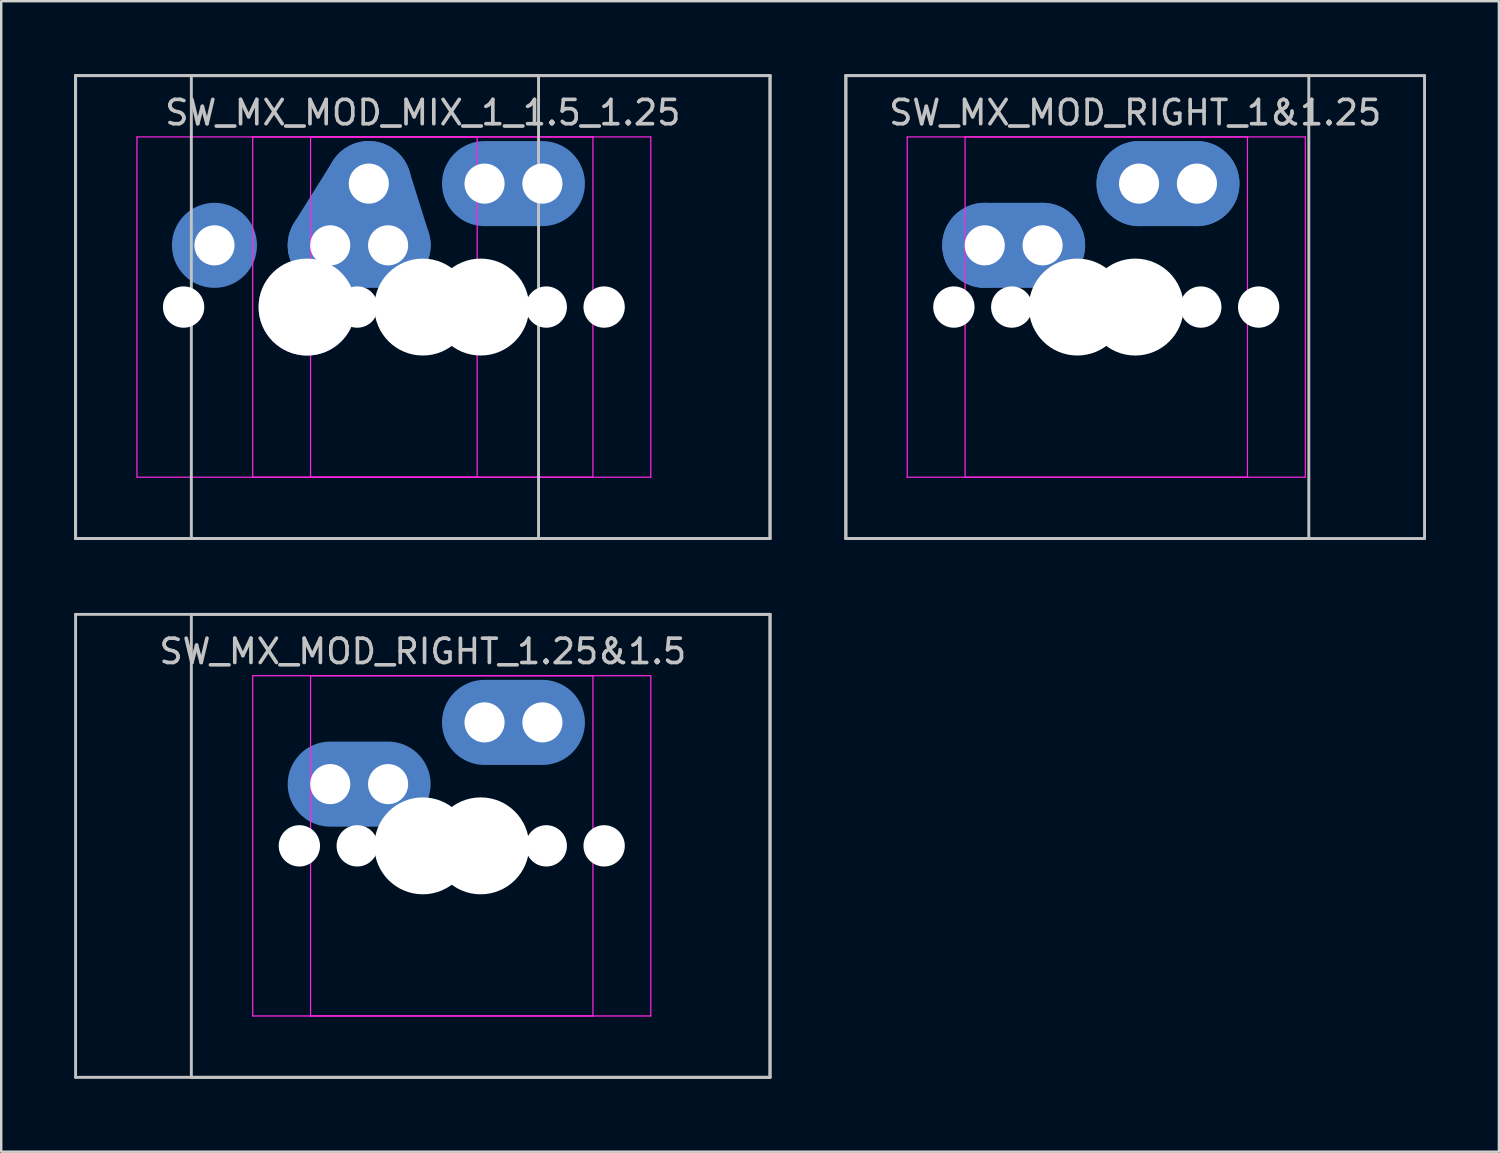
<source format=kicad_pcb>
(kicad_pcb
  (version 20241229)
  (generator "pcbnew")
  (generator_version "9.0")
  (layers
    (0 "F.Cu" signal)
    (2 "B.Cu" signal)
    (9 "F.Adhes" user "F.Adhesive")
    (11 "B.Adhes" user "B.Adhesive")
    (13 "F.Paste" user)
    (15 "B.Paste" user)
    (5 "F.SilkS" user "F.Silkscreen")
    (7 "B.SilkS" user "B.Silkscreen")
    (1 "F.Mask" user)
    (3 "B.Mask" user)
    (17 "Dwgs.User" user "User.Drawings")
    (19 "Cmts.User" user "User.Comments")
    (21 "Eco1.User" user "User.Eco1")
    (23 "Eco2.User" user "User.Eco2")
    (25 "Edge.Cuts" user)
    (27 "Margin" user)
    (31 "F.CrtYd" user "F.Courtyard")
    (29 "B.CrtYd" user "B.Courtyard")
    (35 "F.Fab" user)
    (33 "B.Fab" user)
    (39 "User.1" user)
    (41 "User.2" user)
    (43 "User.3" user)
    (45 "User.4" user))
  (footprint "SW_MX_MOD_MIX_1_1.5_1.25"
    (layer "F.Cu")
    (at 16.729 9.585)
    (property "Reference" "SW_MX_MOD_MIX_1_1.5_1.25" (at -2.381 -8 0) (layer "Dwgs.User") (effects (font (size 1 1) (thickness 0.15))))
    (attr through_hole exclude_from_pos_files exclude_from_bom)
    (fp_line (start -16.669 -9.525) (end -16.669 9.525) (stroke (width 0.12) (type solid)) (layer "Dwgs.User"))
    (fp_line (start -16.669 -9.525) (end -16.669 9.525) (stroke (width 0.12) (type solid)) (layer "Dwgs.User"))
    (fp_line (start -16.669 9.525) (end 2.381 9.525) (stroke (width 0.12) (type solid)) (layer "Dwgs.User"))
    (fp_line (start -16.669 9.525) (end 11.906 9.525) (stroke (width 0.12) (type solid)) (layer "Dwgs.User"))
    (fp_line (start -11.906 -9.525) (end -11.906 9.525) (stroke (width 0.12) (type solid)) (layer "Dwgs.User"))
    (fp_line (start -11.906 9.525) (end 11.906 9.525) (stroke (width 0.12) (type solid)) (layer "Dwgs.User"))
    (fp_line (start 2.381 -9.525) (end -16.669 -9.525) (stroke (width 0.12) (type solid)) (layer "Dwgs.User"))
    (fp_line (start 2.381 9.525) (end 2.381 -9.525) (stroke (width 0.12) (type solid)) (layer "Dwgs.User"))
    (fp_line (start 11.906 -9.525) (end -16.669 -9.525) (stroke (width 0.12) (type solid)) (layer "Dwgs.User"))
    (fp_line (start 11.906 -9.525) (end -11.906 -9.525) (stroke (width 0.12) (type solid)) (layer "Dwgs.User"))
    (fp_line (start 11.906 9.525) (end 11.906 -9.525) (stroke (width 0.12) (type solid)) (layer "Dwgs.User"))
    (fp_line (start 11.906 9.525) (end 11.906 -9.525) (stroke (width 0.12) (type solid)) (layer "Dwgs.User"))
    (fp_line (start -14.144 6.5) (end -14.144 -6.5) (stroke (width 0.05) (type solid)) (layer "Eco2.User"))
    (fp_line (start -13.644 -7) (end -0.644 -7) (stroke (width 0.05) (type solid)) (layer "Eco2.User"))
    (fp_line (start -9.381 6.5) (end -9.381 -6.5) (stroke (width 0.05) (type solid)) (layer "Eco2.User"))
    (fp_line (start -8.881 -7) (end 4.119 -7) (stroke (width 0.05) (type solid)) (layer "Eco2.User"))
    (fp_line (start -7 6.5) (end -7 -6.5) (stroke (width 0.05) (type solid)) (layer "Eco2.User"))
    (fp_line (start -6.5 -7) (end 6.5 -7) (stroke (width 0.05) (type solid)) (layer "Eco2.User"))
    (fp_line (start -0.644 7) (end -13.644 7) (stroke (width 0.05) (type solid)) (layer "Eco2.User"))
    (fp_line (start -0.144 -6.5) (end -0.144 6.5) (stroke (width 0.05) (type solid)) (layer "Eco2.User"))
    (fp_line (start 4.119 7) (end -8.881 7) (stroke (width 0.05) (type solid)) (layer "Eco2.User"))
    (fp_line (start 4.619 -6.5) (end 4.619 6.5) (stroke (width 0.05) (type solid)) (layer "Eco2.User"))
    (fp_line (start 6.5 7) (end -6.5 7) (stroke (width 0.05) (type solid)) (layer "Eco2.User"))
    (fp_line (start 7 -6.5) (end 7 6.5) (stroke (width 0.05) (type solid)) (layer "Eco2.User"))
    (fp_arc (start -14.14375 -6.5) (mid -13.997303 -6.853553) (end -13.64375 -7) (stroke (width 0.05) (type solid)) (layer "Eco2.User"))
    (fp_arc (start -13.64375 7) (mid -13.997303 6.853553) (end -14.14375 6.5) (stroke (width 0.05) (type solid)) (layer "Eco2.User"))
    (fp_arc (start -9.38125 -6.5) (mid -9.234803 -6.853553) (end -8.88125 -7) (stroke (width 0.05) (type solid)) (layer "Eco2.User"))
    (fp_arc (start -8.88125 7) (mid -9.234803 6.853553) (end -9.38125 6.5) (stroke (width 0.05) (type solid)) (layer "Eco2.User"))
    (fp_arc (start -7 -6.5) (mid -6.853553 -6.853553) (end -6.5 -7) (stroke (width 0.05) (type solid)) (layer "Eco2.User"))
    (fp_arc (start -6.5 7) (mid -6.853553 6.853553) (end -7 6.5) (stroke (width 0.05) (type solid)) (layer "Eco2.User"))
    (fp_arc (start -0.64375 -7) (mid -0.290197 -6.853553) (end -0.14375 -6.5) (stroke (width 0.05) (type solid)) (layer "Eco2.User"))
    (fp_arc (start -0.146514 6.498884) (mid -0.292961 6.852437) (end -0.646514 6.998884) (stroke (width 0.05) (type solid)) (layer "Eco2.User"))
    (fp_arc (start 4.11875 -7) (mid 4.472303 -6.853553) (end 4.61875 -6.5) (stroke (width 0.05) (type solid)) (layer "Eco2.User"))
    (fp_arc (start 4.615986 6.498884) (mid 4.469539 6.852437) (end 4.115986 6.998884) (stroke (width 0.05) (type solid)) (layer "Eco2.User"))
    (fp_arc (start 6.5 -7) (mid 6.853553 -6.853553) (end 7 -6.5) (stroke (width 0.05) (type solid)) (layer "Eco2.User"))
    (fp_arc (start 6.997236 6.498884) (mid 6.850789 6.852437) (end 6.497236 6.998884) (stroke (width 0.05) (type solid)) (layer "Eco2.User"))
    (fp_line (start -14.144 -7) (end -14.144 7) (stroke (width 0.05) (type solid)) (layer "F.CrtYd"))
    (fp_line (start -14.144 7) (end -0.144 7) (stroke (width 0.05) (type solid)) (layer "F.CrtYd"))
    (fp_line (start -9.381 -7) (end -9.381 7) (stroke (width 0.05) (type solid)) (layer "F.CrtYd"))
    (fp_line (start -9.381 7) (end 4.619 7) (stroke (width 0.05) (type solid)) (layer "F.CrtYd"))
    (fp_line (start -7 -7) (end -7 7) (stroke (width 0.05) (type solid)) (layer "F.CrtYd"))
    (fp_line (start -7 7) (end 7 7) (stroke (width 0.05) (type solid)) (layer "F.CrtYd"))
    (fp_line (start -0.144 -7) (end -14.144 -7) (stroke (width 0.05) (type solid)) (layer "F.CrtYd"))
    (fp_line (start -0.144 7) (end -0.144 -7) (stroke (width 0.05) (type solid)) (layer "F.CrtYd"))
    (fp_line (start 4.619 -7) (end -9.381 -7) (stroke (width 0.05) (type solid)) (layer "F.CrtYd"))
    (fp_line (start 4.619 7) (end 4.619 -7) (stroke (width 0.05) (type solid)) (layer "F.CrtYd"))
    (fp_line (start 7 -7) (end -7 -7) (stroke (width 0.05) (type solid)) (layer "F.CrtYd"))
    (fp_line (start 7 7) (end 7 -7) (stroke (width 0.05) (type solid)) (layer "F.CrtYd"))
    (pad "" np_thru_hole circle (at -12.224 0) (size 1.7 1.7) (drill 1.7) (layers "*.Cu" "*.Mask"))
    (pad "" np_thru_hole circle (at -7.461 0) (size 1.75 1.75) (drill 1.75) (layers "*.Cu" "*.Mask"))
    (pad "" thru_hole circle (at -7.144 0) (size 3.988 3.988) (drill 3.988) (layers "*.Mask"))
    (pad "" np_thru_hole circle (at -5.08 0) (size 1.7 1.7) (drill 1.7) (layers "*.Cu" "*.Mask"))
    (pad "" np_thru_hole circle (at -2.381 0) (size 3.988 3.988) (drill 3.988) (layers "*.Cu" "*.Mask"))
    (pad "" np_thru_hole circle (at -2.064 0) (size 1.75 1.75) (drill 1.75) (layers "*.Cu" "*.Mask"))
    (pad "" np_thru_hole circle (at 0 0) (size 3.988 3.988) (drill 3.988) (layers "*.Cu" "*.Mask"))
    (pad "" np_thru_hole circle (at 2.699 0) (size 1.7 1.7) (drill 1.7) (layers "*.Cu" "*.Mask"))
    (pad "" np_thru_hole circle (at 5.08 0) (size 1.7 1.7) (drill 1.7) (layers "*.Cu" "*.Mask"))
    (pad "1" thru_hole circle (at -6.191 -2.54) (size 2 2) (drill 1.65) (layers "*.Cu") (remove_unused_layers yes) (keep_end_layers yes) (zone_layer_connections))
    (pad "1" smd circle (at -6.191 -2.54) (size 2.5 2.5) (layers "B.Cu" "B.Mask"))
    (pad "1" smd oval (at -5.397 -3.812 148) (size 3.5 6.495) (layers "B.Cu"))
    (pad "1" smd oval (at -5.396 -3.812 148) (size 2 4.995) (layers "F.Cu"))
    (pad "1" smd oval (at -5.001 -2.54 180) (size 4.381 2) (layers "F.Cu"))
    (pad "1" smd oval (at -5.001 -2.54) (size 5.881 3.5) (layers "B.Cu"))
    (pad "1" thru_hole circle (at -4.604 -5.08) (size 2 2) (drill 1.65) (layers "*.Cu") (remove_unused_layers yes) (keep_end_layers yes) (zone_layer_connections))
    (pad "1" smd circle (at -4.604 -5.08 180) (size 2.5 2.5) (layers "B.Cu" "B.Mask"))
    (pad "1" smd oval (at -4.207 -3.81 17.4) (size 2 4.661) (layers "F.Cu"))
    (pad "1" smd oval (at -4.207 -3.81 17.4) (size 3.5 6.161) (layers "B.Cu"))
    (pad "1" thru_hole circle (at -3.81 -2.54) (size 2 2) (drill 1.65) (layers "*.Cu") (remove_unused_layers yes) (keep_end_layers yes) (zone_layer_connections))
    (pad "1" smd circle (at -3.81 -2.54) (size 2.5 2.5) (layers "B.Cu" "B.Mask"))
    (pad "2" thru_hole circle (at -10.954 -2.54) (size 2 2) (drill 1.65) (layers "*.Cu") (remove_unused_layers yes) (keep_end_layers yes) (zone_layer_connections))
    (pad "2" smd circle (at -10.954 -2.54 180) (size 2.5 2.5) (layers "B.Cu" "B.Mask"))
    (pad "2" smd circle (at -10.954 -2.54) (size 3.5 3.5) (layers "B.Cu"))
    (pad "2" thru_hole circle (at 0.159 -5.08) (size 2 2) (drill 1.65) (layers "*.Cu") (remove_unused_layers yes) (keep_end_layers yes) (zone_layer_connections))
    (pad "2" smd circle (at 0.159 -5.08) (size 2.5 2.5) (layers "B.Cu" "B.Mask"))
    (pad "2" smd oval (at 1.349 -5.08) (size 4.381 2) (layers "F.Cu"))
    (pad "2" smd oval (at 1.349 -5.08) (size 5.881 3.5) (layers "B.Cu"))
    (pad "2" thru_hole circle (at 2.54 -5.08) (size 2 2) (drill 1.65) (layers "*.Cu") (remove_unused_layers yes) (keep_end_layers yes) (zone_layer_connections))
    (pad "2" smd circle (at 2.54 -5.08) (size 2.5 2.5) (layers "B.Cu" "B.Mask")))
  (footprint "SW_MX_MOD_RIGHT_1&1.25"
    (layer "F.Cu")
    (at 43.661 9.585)
    (property "Reference" "SW_MX_MOD_RIGHT_1&1.25" (at 0 -8 0) (layer "Dwgs.User") (effects (font (size 1 1) (thickness 0.15))))
    (attr through_hole exclude_from_pos_files exclude_from_bom)
    (fp_line (start -11.906 -9.525) (end -11.906 9.525) (stroke (width 0.12) (type solid)) (layer "Dwgs.User"))
    (fp_line (start -11.906 -9.525) (end -11.906 9.525) (stroke (width 0.12) (type solid)) (layer "Dwgs.User"))
    (fp_line (start -11.906 9.525) (end 7.144 9.525) (stroke (width 0.12) (type solid)) (layer "Dwgs.User"))
    (fp_line (start -11.906 9.525) (end 11.906 9.525) (stroke (width 0.12) (type solid)) (layer "Dwgs.User"))
    (fp_line (start 7.144 -9.525) (end -11.906 -9.525) (stroke (width 0.12) (type solid)) (layer "Dwgs.User"))
    (fp_line (start 7.144 9.525) (end 7.144 -9.525) (stroke (width 0.12) (type solid)) (layer "Dwgs.User"))
    (fp_line (start 11.906 -9.525) (end -11.906 -9.525) (stroke (width 0.12) (type solid)) (layer "Dwgs.User"))
    (fp_line (start 11.906 9.525) (end 11.906 -9.525) (stroke (width 0.12) (type solid)) (layer "Dwgs.User"))
    (fp_line (start -9.381 6.5) (end -9.381 -6.5) (stroke (width 0.05) (type solid)) (layer "Eco2.User"))
    (fp_line (start -8.881 -7) (end 4.119 -7) (stroke (width 0.05) (type solid)) (layer "Eco2.User"))
    (fp_line (start -7 6.5) (end -7 -6.5) (stroke (width 0.05) (type solid)) (layer "Eco2.User"))
    (fp_line (start -6.5 -7) (end 6.5 -7) (stroke (width 0.05) (type solid)) (layer "Eco2.User"))
    (fp_line (start 4.119 7) (end -8.881 7) (stroke (width 0.05) (type solid)) (layer "Eco2.User"))
    (fp_line (start 4.619 -6.5) (end 4.619 6.5) (stroke (width 0.05) (type solid)) (layer "Eco2.User"))
    (fp_line (start 6.5 7) (end -6.5 7) (stroke (width 0.05) (type solid)) (layer "Eco2.User"))
    (fp_line (start 7 -6.5) (end 7 6.5) (stroke (width 0.05) (type solid)) (layer "Eco2.User"))
    (fp_arc (start -9.38125 -6.5) (mid -9.234803 -6.853553) (end -8.88125 -7) (stroke (width 0.05) (type solid)) (layer "Eco2.User"))
    (fp_arc (start -8.88125 7) (mid -9.234803 6.853553) (end -9.38125 6.5) (stroke (width 0.05) (type solid)) (layer "Eco2.User"))
    (fp_arc (start -7 -6.5) (mid -6.853553 -6.853553) (end -6.5 -7) (stroke (width 0.05) (type solid)) (layer "Eco2.User"))
    (fp_arc (start -6.5 7) (mid -6.853553 6.853553) (end -7 6.5) (stroke (width 0.05) (type solid)) (layer "Eco2.User"))
    (fp_arc (start 4.11875 -7) (mid 4.472303 -6.853553) (end 4.61875 -6.5) (stroke (width 0.05) (type solid)) (layer "Eco2.User"))
    (fp_arc (start 4.615986 6.498884) (mid 4.469555 6.852453) (end 4.115986 6.998884) (stroke (width 0.05) (type solid)) (layer "Eco2.User"))
    (fp_arc (start 6.5 -7) (mid 6.853553 -6.853553) (end 7 -6.5) (stroke (width 0.05) (type solid)) (layer "Eco2.User"))
    (fp_arc (start 6.997236 6.498884) (mid 6.850789 6.852437) (end 6.497236 6.998884) (stroke (width 0.05) (type solid)) (layer "Eco2.User"))
    (fp_line (start -9.381 -7) (end -9.381 7) (stroke (width 0.05) (type solid)) (layer "F.CrtYd"))
    (fp_line (start -9.381 7) (end 4.619 7) (stroke (width 0.05) (type solid)) (layer "F.CrtYd"))
    (fp_line (start -7 -7) (end -7 7) (stroke (width 0.05) (type solid)) (layer "F.CrtYd"))
    (fp_line (start -7 7) (end 7 7) (stroke (width 0.05) (type solid)) (layer "F.CrtYd"))
    (fp_line (start 4.619 -7) (end -9.381 -7) (stroke (width 0.05) (type solid)) (layer "F.CrtYd"))
    (fp_line (start 4.619 7) (end 4.619 -7) (stroke (width 0.05) (type solid)) (layer "F.CrtYd"))
    (fp_line (start 7 -7) (end -7 -7) (stroke (width 0.05) (type solid)) (layer "F.CrtYd"))
    (fp_line (start 7 7) (end 7 -7) (stroke (width 0.05) (type solid)) (layer "F.CrtYd"))
    (pad "" np_thru_hole circle (at -7.461 0) (size 1.7 1.7) (drill 1.7) (layers "*.Cu" "*.Mask"))
    (pad "" np_thru_hole circle (at -5.08 0) (size 1.7 1.7) (drill 1.7) (layers "*.Cu" "*.Mask"))
    (pad "" np_thru_hole circle (at -2.381 0) (size 3.988 3.988) (drill 3.988) (layers "*.Cu" "*.Mask"))
    (pad "" np_thru_hole circle (at 0 0) (size 3.988 3.988) (drill 3.988) (layers "*.Cu" "*.Mask"))
    (pad "" np_thru_hole circle (at 2.699 0) (size 1.7 1.7) (drill 1.7) (layers "*.Cu" "*.Mask"))
    (pad "" np_thru_hole circle (at 5.08 0) (size 1.7 1.7) (drill 1.7) (layers "*.Cu" "*.Mask"))
    (pad "1" thru_hole circle (at -6.191 -2.54) (size 2 2) (drill 1.65) (layers "*.Cu") (remove_unused_layers yes) (keep_end_layers yes) (zone_layer_connections))
    (pad "1" smd circle (at -6.191 -2.54) (size 2.5 2.5) (layers "B.Cu" "B.Mask"))
    (pad "1" smd circle (at -6.191 -2.54) (size 3.5 3.5) (layers "B.Cu"))
    (pad "1" smd oval (at -5.001 -2.54) (size 4.381 2) (layers "F.Cu"))
    (pad "1" smd oval (at -5.001 -2.54) (size 5.881 3.5) (layers "B.Cu"))
    (pad "1" thru_hole circle (at -3.81 -2.54) (size 2 2) (drill 1.65) (layers "*.Cu") (remove_unused_layers yes) (keep_end_layers yes) (zone_layer_connections))
    (pad "1" smd circle (at -3.81 -2.54) (size 2.5 2.5) (layers "B.Cu" "B.Mask"))
    (pad "1" smd circle (at -3.81 -2.54) (size 3.5 3.5) (layers "B.Cu"))
    (pad "2" thru_hole circle (at 0.159 -5.08) (size 2 2) (drill 1.65) (layers "*.Cu") (remove_unused_layers yes) (keep_end_layers yes) (zone_layer_connections))
    (pad "2" smd circle (at 0.159 -5.08) (size 2.5 2.5) (layers "B.Cu" "B.Mask"))
    (pad "2" smd circle (at 0.159 -5.08) (size 3.5 3.5) (layers "B.Cu"))
    (pad "2" smd oval (at 1.349 -5.08) (size 4.381 2) (layers "F.Cu"))
    (pad "2" smd oval (at 1.349 -5.08) (size 5.881 3.5) (layers "B.Cu"))
    (pad "2" thru_hole circle (at 2.54 -5.08) (size 2 2) (drill 1.65) (layers "*.Cu") (remove_unused_layers yes) (keep_end_layers yes) (zone_layer_connections))
    (pad "2" smd circle (at 2.54 -5.08) (size 2.5 2.5) (layers "B.Cu" "B.Mask"))
    (pad "2" smd circle (at 2.54 -5.08) (size 3.5 3.5) (layers "B.Cu")))
  (footprint "SW_MX_MOD_RIGHT_1.25&1.5"
    (layer "F.Cu")
    (at 16.729 31.755)
    (property "Reference" "SW_MX_MOD_RIGHT_1.25&1.5" (at -2.381 -8 0) (layer "Dwgs.User") (effects (font (size 1 1) (thickness 0.15))))
    (attr through_hole exclude_from_pos_files exclude_from_bom)
    (fp_line (start -16.669 -9.525) (end -16.669 9.525) (stroke (width 0.12) (type solid)) (layer "Dwgs.User"))
    (fp_line (start -16.669 9.525) (end 11.906 9.525) (stroke (width 0.12) (type solid)) (layer "Dwgs.User"))
    (fp_line (start -11.906 -9.525) (end -11.906 9.525) (stroke (width 0.12) (type solid)) (layer "Dwgs.User"))
    (fp_line (start -11.906 9.525) (end 11.906 9.525) (stroke (width 0.12) (type solid)) (layer "Dwgs.User"))
    (fp_line (start 11.906 -9.525) (end -16.669 -9.525) (stroke (width 0.12) (type solid)) (layer "Dwgs.User"))
    (fp_line (start 11.906 -9.525) (end -11.906 -9.525) (stroke (width 0.12) (type solid)) (layer "Dwgs.User"))
    (fp_line (start 11.906 9.525) (end 11.906 -9.525) (stroke (width 0.12) (type solid)) (layer "Dwgs.User"))
    (fp_line (start 11.906 9.525) (end 11.906 -9.525) (stroke (width 0.12) (type solid)) (layer "Dwgs.User"))
    (fp_line (start -9.381 6.5) (end -9.381 -6.5) (stroke (width 0.05) (type solid)) (layer "Eco2.User"))
    (fp_line (start -8.881 -7) (end 4.119 -7) (stroke (width 0.05) (type solid)) (layer "Eco2.User"))
    (fp_line (start -7 6.5) (end -7 -6.5) (stroke (width 0.05) (type solid)) (layer "Eco2.User"))
    (fp_line (start -6.5 -7) (end 6.5 -7) (stroke (width 0.05) (type solid)) (layer "Eco2.User"))
    (fp_line (start 4.119 7) (end -8.881 7) (stroke (width 0.05) (type solid)) (layer "Eco2.User"))
    (fp_line (start 4.619 -6.5) (end 4.619 6.5) (stroke (width 0.05) (type solid)) (layer "Eco2.User"))
    (fp_line (start 6.5 7) (end -6.5 7) (stroke (width 0.05) (type solid)) (layer "Eco2.User"))
    (fp_line (start 7 -6.5) (end 7 6.5) (stroke (width 0.05) (type solid)) (layer "Eco2.User"))
    (fp_arc (start -9.38125 -6.5) (mid -9.234803 -6.853553) (end -8.88125 -7) (stroke (width 0.05) (type solid)) (layer "Eco2.User"))
    (fp_arc (start -8.88125 7) (mid -9.234803 6.853553) (end -9.38125 6.5) (stroke (width 0.05) (type solid)) (layer "Eco2.User"))
    (fp_arc (start -7 -6.5) (mid -6.853553 -6.853553) (end -6.5 -7) (stroke (width 0.05) (type solid)) (layer "Eco2.User"))
    (fp_arc (start -6.5 7) (mid -6.853553 6.853553) (end -7 6.5) (stroke (width 0.05) (type solid)) (layer "Eco2.User"))
    (fp_arc (start 4.11875 -7) (mid 4.472303 -6.853553) (end 4.61875 -6.5) (stroke (width 0.05) (type solid)) (layer "Eco2.User"))
    (fp_arc (start 4.615986 6.498884) (mid 4.469539 6.852437) (end 4.115986 6.998884) (stroke (width 0.05) (type solid)) (layer "Eco2.User"))
    (fp_arc (start 6.5 -7) (mid 6.853553 -6.853553) (end 7 -6.5) (stroke (width 0.05) (type solid)) (layer "Eco2.User"))
    (fp_arc (start 6.997236 6.498884) (mid 6.850789 6.852437) (end 6.497236 6.998884) (stroke (width 0.05) (type solid)) (layer "Eco2.User"))
    (fp_line (start -9.381 -7) (end -9.381 7) (stroke (width 0.05) (type solid)) (layer "F.CrtYd"))
    (fp_line (start -9.381 7) (end 4.619 7) (stroke (width 0.05) (type solid)) (layer "F.CrtYd"))
    (fp_line (start -7 -7) (end -7 7) (stroke (width 0.05) (type solid)) (layer "F.CrtYd"))
    (fp_line (start -7 7) (end 7 7) (stroke (width 0.05) (type solid)) (layer "F.CrtYd"))
    (fp_line (start 4.619 -7) (end -9.381 -7) (stroke (width 0.05) (type solid)) (layer "F.CrtYd"))
    (fp_line (start 4.619 7) (end 4.619 -7) (stroke (width 0.05) (type solid)) (layer "F.CrtYd"))
    (fp_line (start 7 -7) (end -7 -7) (stroke (width 0.05) (type solid)) (layer "F.CrtYd"))
    (fp_line (start 7 7) (end 7 -7) (stroke (width 0.05) (type solid)) (layer "F.CrtYd"))
    (pad "" np_thru_hole circle (at -7.461 0) (size 1.7 1.7) (drill 1.7) (layers "*.Cu" "*.Mask"))
    (pad "" np_thru_hole circle (at -5.08 0) (size 1.7 1.7) (drill 1.7) (layers "*.Cu" "*.Mask"))
    (pad "" np_thru_hole circle (at -2.381 0) (size 3.988 3.988) (drill 3.988) (layers "*.Cu" "*.Mask"))
    (pad "" np_thru_hole circle (at 0 0) (size 3.988 3.988) (drill 3.988) (layers "*.Cu" "*.Mask"))
    (pad "" np_thru_hole circle (at 2.699 0) (size 1.7 1.7) (drill 1.7) (layers "*.Cu" "*.Mask"))
    (pad "" np_thru_hole circle (at 5.08 0) (size 1.7 1.7) (drill 1.7) (layers "*.Cu" "*.Mask"))
    (pad "1" thru_hole circle (at -6.191 -2.54) (size 2 2) (drill 1.65) (layers "*.Cu") (remove_unused_layers yes) (keep_end_layers yes) (zone_layer_connections))
    (pad "1" smd circle (at -6.191 -2.54) (size 2.5 2.5) (layers "B.Cu" "B.Mask"))
    (pad "1" smd oval (at -5.001 -2.54) (size 4.381 2) (layers "F.Cu"))
    (pad "1" smd oval (at -5.001 -2.54) (size 5.881 3.5) (layers "B.Cu"))
    (pad "1" thru_hole circle (at -3.81 -2.54) (size 2 2) (drill 1.65) (layers "*.Cu") (remove_unused_layers yes) (keep_end_layers yes) (zone_layer_connections))
    (pad "1" smd circle (at -3.81 -2.54) (size 2.5 2.5) (layers "B.Cu" "B.Mask"))
    (pad "2" thru_hole circle (at 0.159 -5.08) (size 2 2) (drill 1.65) (layers "*.Cu") (remove_unused_layers yes) (keep_end_layers yes) (zone_layer_connections))
    (pad "2" smd circle (at 0.159 -5.08) (size 2.5 2.5) (layers "B.Cu" "B.Mask"))
    (pad "2" smd oval (at 1.349 -5.08) (size 4.381 2) (layers "F.Cu"))
    (pad "2" smd oval (at 1.349 -5.08) (size 5.881 3.5) (layers "B.Cu"))
    (pad "2" thru_hole circle (at 2.54 -5.08) (size 2 2) (drill 1.65) (layers "*.Cu") (remove_unused_layers yes) (keep_end_layers yes) (zone_layer_connections))
    (pad "2" smd circle (at 2.54 -5.08) (size 2.5 2.5) (layers "B.Cu" "B.Mask")))
  (gr_rect
    (start -3 -3)
    (end 58.627 44.34)
    (stroke (width 0.1) (type default))
    (fill no)
    (layer "Edge.Cuts")))
</source>
